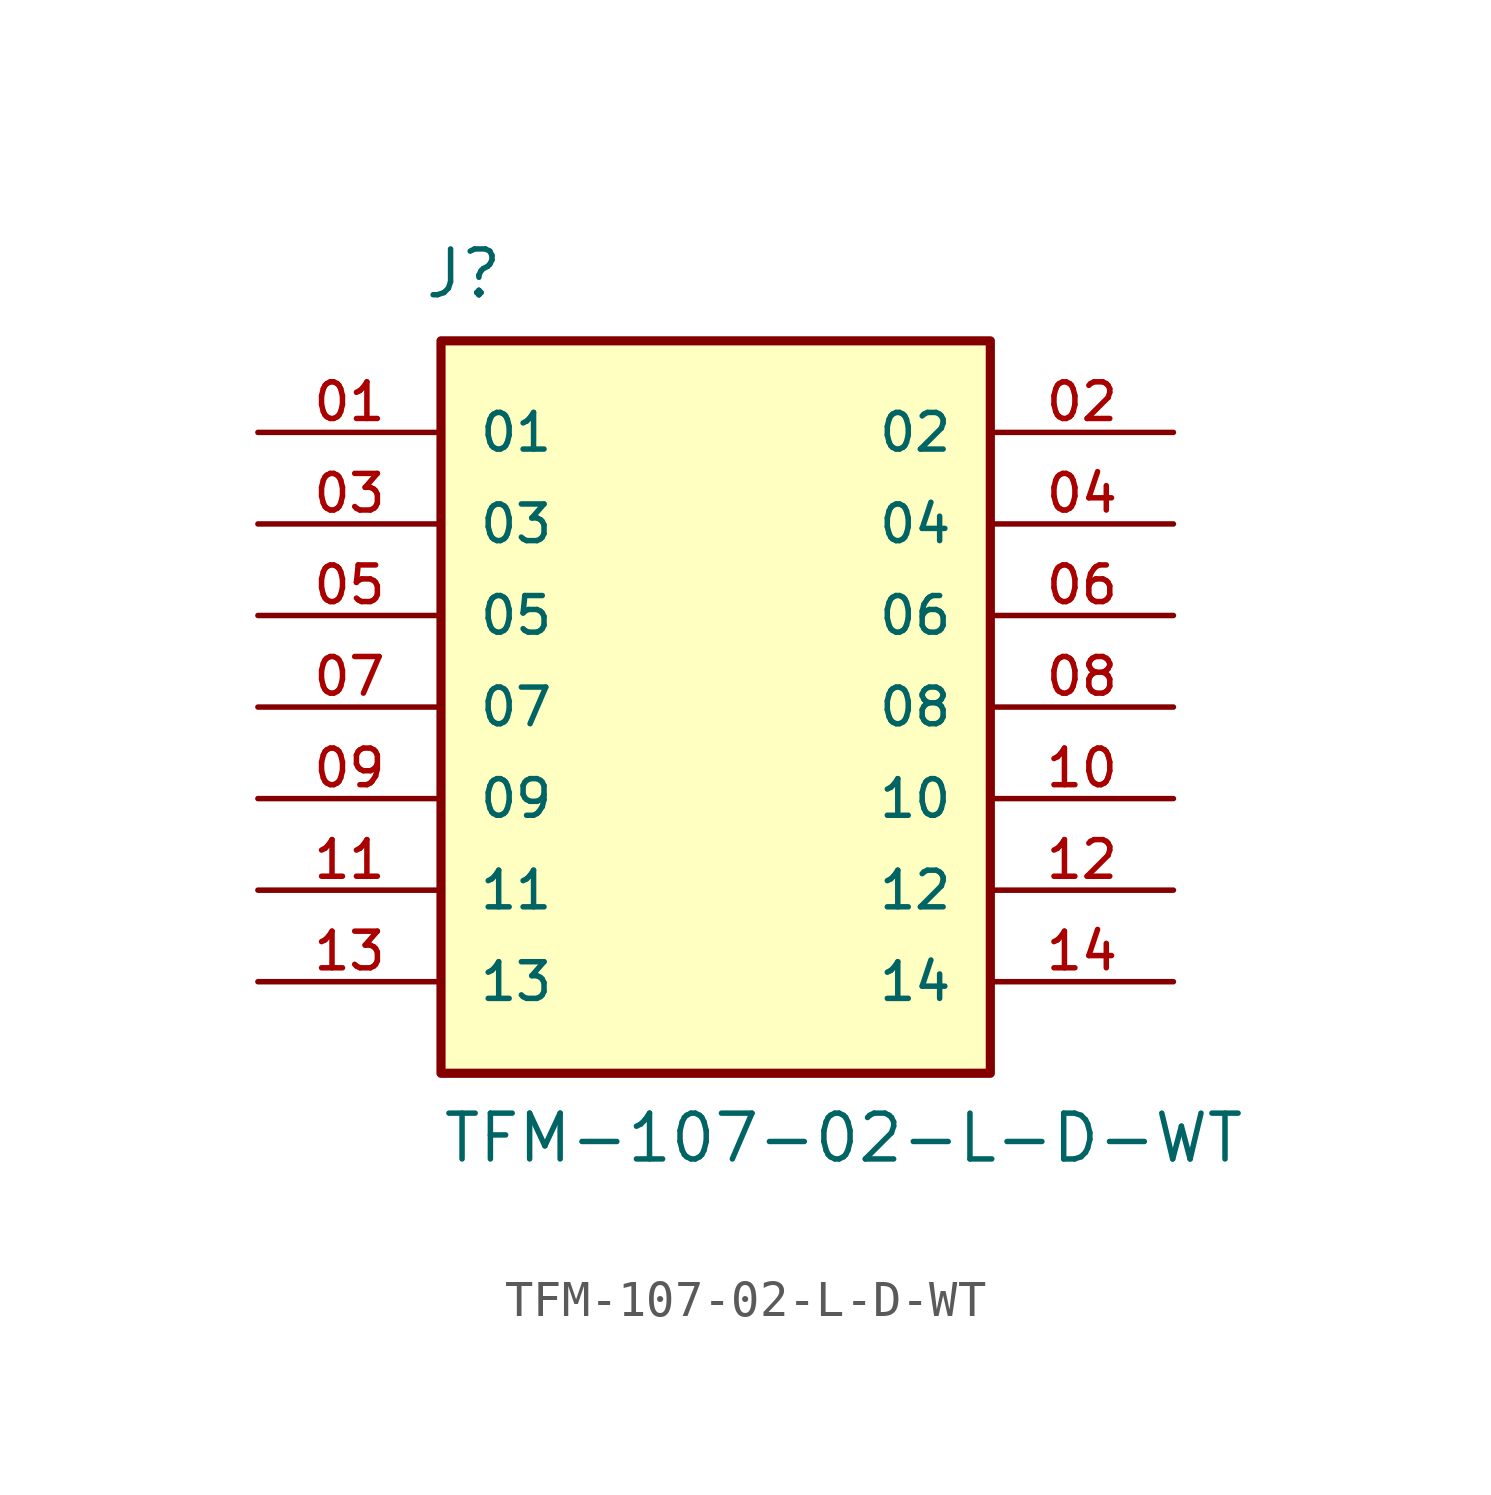
<source format=kicad_sym>
(kicad_symbol_lib
  (version 20211014)
  (generator kicad_symbol_editor)
  (symbol "TFM-107-02-L-D-WT"
    (pin_names
      (offset 1.016))
    (property "Reference" "J"
      (at -8.12 11.276 0)
      (effects (font (size 1.27 1.27)) (justify bottom left)))
    (property "Value" "TFM-107-02-L-D-WT"
      (at -7.62 -12.7 0)
      (effects (font (size 1.27 1.27)) (justify bottom left)))
    (symbol "TFM-107-02-L-D-WT_0_0"
      (rectangle (start -7.62 -10.16) (end 7.62 10.16) (stroke (width 0.254)) (fill (type background)))
      (pin passive line (at -12.7 7.62 0) (length 5.08) (name "01" (effects (font (size 1.016 1.016)))) (number "01" (effects (font (size 1.016 1.016)))))
      (pin passive line (at 12.7 7.62 180.0) (length 5.08) (name "02" (effects (font (size 1.016 1.016)))) (number "02" (effects (font (size 1.016 1.016)))))
      (pin passive line (at -12.7 5.08 0) (length 5.08) (name "03" (effects (font (size 1.016 1.016)))) (number "03" (effects (font (size 1.016 1.016)))))
      (pin passive line (at 12.7 5.08 180.0) (length 5.08) (name "04" (effects (font (size 1.016 1.016)))) (number "04" (effects (font (size 1.016 1.016)))))
      (pin passive line (at -12.7 2.54 0) (length 5.08) (name "05" (effects (font (size 1.016 1.016)))) (number "05" (effects (font (size 1.016 1.016)))))
      (pin passive line (at 12.7 2.54 180.0) (length 5.08) (name "06" (effects (font (size 1.016 1.016)))) (number "06" (effects (font (size 1.016 1.016)))))
      (pin passive line (at -12.7 0.0 0) (length 5.08) (name "07" (effects (font (size 1.016 1.016)))) (number "07" (effects (font (size 1.016 1.016)))))
      (pin passive line (at 12.7 0.0 180.0) (length 5.08) (name "08" (effects (font (size 1.016 1.016)))) (number "08" (effects (font (size 1.016 1.016)))))
      (pin passive line (at -12.7 -2.54 0) (length 5.08) (name "09" (effects (font (size 1.016 1.016)))) (number "09" (effects (font (size 1.016 1.016)))))
      (pin passive line (at 12.7 -2.54 180.0) (length 5.08) (name "10" (effects (font (size 1.016 1.016)))) (number "10" (effects (font (size 1.016 1.016)))))
      (pin passive line (at -12.7 -5.08 0) (length 5.08) (name "11" (effects (font (size 1.016 1.016)))) (number "11" (effects (font (size 1.016 1.016)))))
      (pin passive line (at 12.7 -5.08 180.0) (length 5.08) (name "12" (effects (font (size 1.016 1.016)))) (number "12" (effects (font (size 1.016 1.016)))))
      (pin passive line (at -12.7 -7.62 0) (length 5.08) (name "13" (effects (font (size 1.016 1.016)))) (number "13" (effects (font (size 1.016 1.016)))))
      (pin passive line (at 12.7 -7.62 180.0) (length 5.08) (name "14" (effects (font (size 1.016 1.016)))) (number "14" (effects (font (size 1.016 1.016))))))))
</source>
